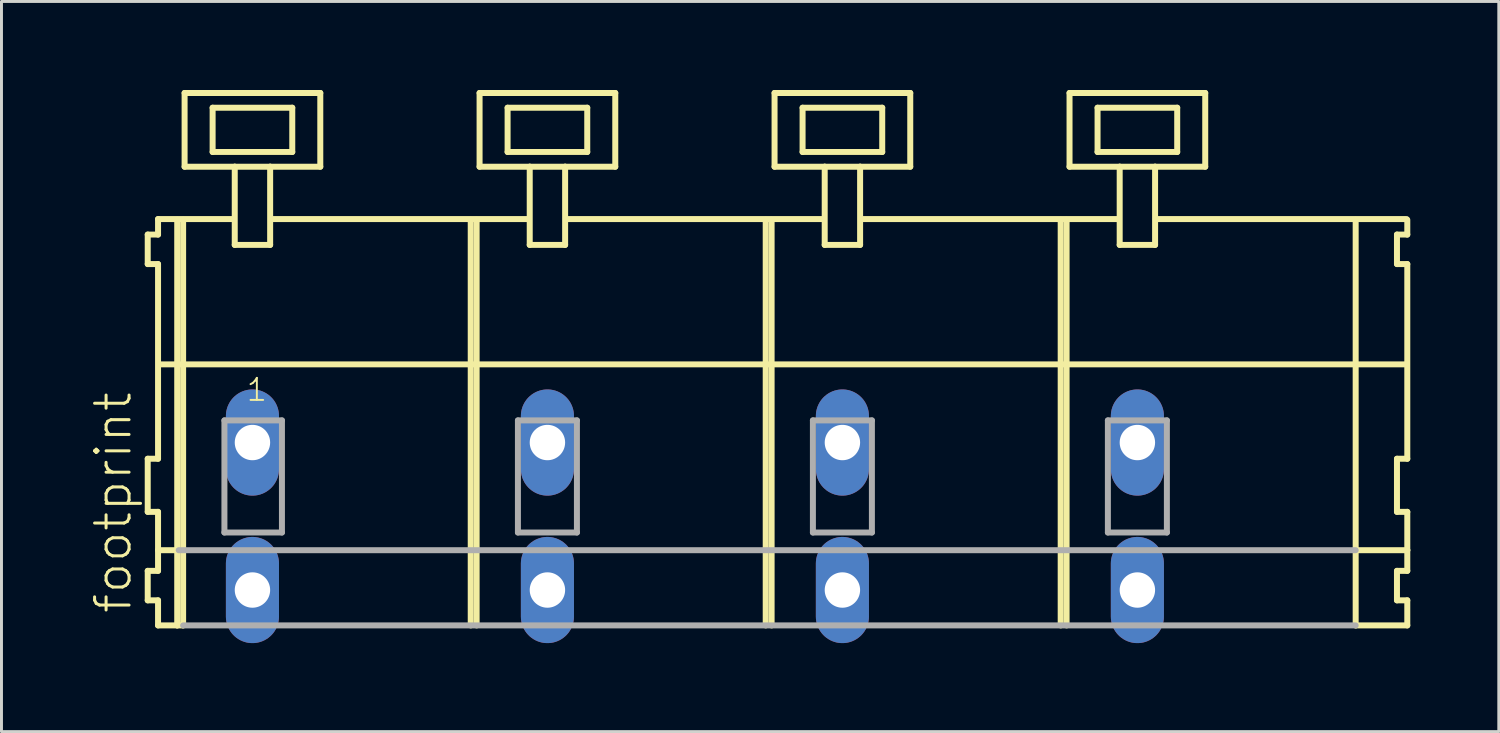
<source format=kicad_pcb>
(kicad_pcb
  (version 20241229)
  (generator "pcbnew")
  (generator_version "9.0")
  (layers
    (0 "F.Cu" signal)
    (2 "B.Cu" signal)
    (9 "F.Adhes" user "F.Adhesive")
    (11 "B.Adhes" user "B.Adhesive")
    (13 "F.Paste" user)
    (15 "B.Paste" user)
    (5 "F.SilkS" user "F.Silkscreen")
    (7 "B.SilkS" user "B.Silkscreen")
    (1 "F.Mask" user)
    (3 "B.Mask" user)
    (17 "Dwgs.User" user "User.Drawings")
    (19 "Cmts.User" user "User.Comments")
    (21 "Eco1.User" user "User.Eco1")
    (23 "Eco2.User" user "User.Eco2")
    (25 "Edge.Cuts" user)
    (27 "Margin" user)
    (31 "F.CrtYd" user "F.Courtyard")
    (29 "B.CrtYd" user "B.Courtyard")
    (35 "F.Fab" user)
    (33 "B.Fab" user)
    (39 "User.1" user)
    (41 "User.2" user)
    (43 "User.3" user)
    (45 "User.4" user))
  (footprint "footprint"
    (layer "F.Cu")
    (at 23.008 11.952)
    (property "Reference" "footprint" (at -21.535 5.855 90) (layer "F.SilkS") (effects (font (size 1.168 1.168) (thickness 0.102)) (justify left bottom)))
    (fp_line (start -21.05 -7.05) (end -21.05 -6.05) (stroke (width 0.203) (type solid)) (layer "F.SilkS"))
    (fp_line (start -21.05 -6.05) (end -20.7 -6.05) (stroke (width 0.203) (type solid)) (layer "F.SilkS"))
    (fp_line (start -21.05 0.55) (end -21.05 2.35) (stroke (width 0.203) (type solid)) (layer "F.SilkS"))
    (fp_line (start -21.05 2.35) (end -20.7 2.35) (stroke (width 0.203) (type solid)) (layer "F.SilkS"))
    (fp_line (start -21.05 4.35) (end -21.05 5.35) (stroke (width 0.203) (type solid)) (layer "F.SilkS"))
    (fp_line (start -21.05 5.35) (end -20.7 5.35) (stroke (width 0.203) (type solid)) (layer "F.SilkS"))
    (fp_line (start -20.7 -7.575) (end -20.7 -7.05) (stroke (width 0.203) (type solid)) (layer "F.SilkS"))
    (fp_line (start -20.7 -7.575) (end -18.125 -7.575) (stroke (width 0.203) (type solid)) (layer "F.SilkS"))
    (fp_line (start -20.7 -7.05) (end -21.05 -7.05) (stroke (width 0.203) (type solid)) (layer "F.SilkS"))
    (fp_line (start -20.7 -6.05) (end -20.7 0.55) (stroke (width 0.203) (type solid)) (layer "F.SilkS"))
    (fp_line (start -20.7 0.55) (end -21.05 0.55) (stroke (width 0.203) (type solid)) (layer "F.SilkS"))
    (fp_line (start -20.7 2.35) (end -20.7 4.35) (stroke (width 0.203) (type solid)) (layer "F.SilkS"))
    (fp_line (start -20.7 3.65) (end -20 3.65) (stroke (width 0.203) (type solid)) (layer "F.SilkS"))
    (fp_line (start -20.7 4.35) (end -21.05 4.35) (stroke (width 0.203) (type solid)) (layer "F.SilkS"))
    (fp_line (start -20.7 5.35) (end -20.7 6.2) (stroke (width 0.203) (type solid)) (layer "F.SilkS"))
    (fp_line (start -20.7 6.2) (end -20.05 6.2) (stroke (width 0.203) (type solid)) (layer "F.SilkS"))
    (fp_line (start -20.65 -2.65) (end 21.6 -2.65) (stroke (width 0.203) (type solid)) (layer "F.SilkS"))
    (fp_line (start -20.05 -7.55) (end -20.05 6.2) (stroke (width 0.203) (type solid)) (layer "F.SilkS"))
    (fp_line (start -20.05 6.2) (end -19.85 6.2) (stroke (width 0.203) (type solid)) (layer "F.SilkS"))
    (fp_line (start -19.85 -7.55) (end -19.85 6.2) (stroke (width 0.203) (type solid)) (layer "F.SilkS"))
    (fp_line (start -19.8 -11.85) (end -19.8 -9.35) (stroke (width 0.203) (type solid)) (layer "F.SilkS"))
    (fp_line (start -19.8 -9.35) (end -18.1 -9.35) (stroke (width 0.203) (type solid)) (layer "F.SilkS"))
    (fp_line (start -18.85 -11.35) (end -18.85 -9.85) (stroke (width 0.203) (type solid)) (layer "F.SilkS"))
    (fp_line (start -18.85 -9.85) (end -16.15 -9.85) (stroke (width 0.203) (type solid)) (layer "F.SilkS"))
    (fp_line (start -18.1 -9.35) (end -18.1 -6.7) (stroke (width 0.203) (type solid)) (layer "F.SilkS"))
    (fp_line (start -18.1 -9.35) (end -16.9 -9.35) (stroke (width 0.203) (type solid)) (layer "F.SilkS"))
    (fp_line (start -18.1 -6.7) (end -16.9 -6.7) (stroke (width 0.203) (type solid)) (layer "F.SilkS"))
    (fp_line (start -16.9 -9.35) (end -15.2 -9.35) (stroke (width 0.203) (type solid)) (layer "F.SilkS"))
    (fp_line (start -16.9 -6.7) (end -16.9 -9.35) (stroke (width 0.203) (type solid)) (layer "F.SilkS"))
    (fp_line (start -16.825 -7.575) (end -8.125 -7.575) (stroke (width 0.203) (type solid)) (layer "F.SilkS"))
    (fp_line (start -16.15 -11.35) (end -18.85 -11.35) (stroke (width 0.203) (type solid)) (layer "F.SilkS"))
    (fp_line (start -16.15 -9.85) (end -16.15 -11.35) (stroke (width 0.203) (type solid)) (layer "F.SilkS"))
    (fp_line (start -15.2 -11.85) (end -19.8 -11.85) (stroke (width 0.203) (type solid)) (layer "F.SilkS"))
    (fp_line (start -15.2 -9.35) (end -15.2 -11.85) (stroke (width 0.203) (type solid)) (layer "F.SilkS"))
    (fp_line (start -10.1 -7.55) (end -10.1 6.2) (stroke (width 0.203) (type solid)) (layer "F.SilkS"))
    (fp_line (start -9.9 -7.55) (end -9.9 6.2) (stroke (width 0.203) (type solid)) (layer "F.SilkS"))
    (fp_line (start -9.8 -11.85) (end -9.8 -9.35) (stroke (width 0.203) (type solid)) (layer "F.SilkS"))
    (fp_line (start -9.8 -9.35) (end -8.1 -9.35) (stroke (width 0.203) (type solid)) (layer "F.SilkS"))
    (fp_line (start -8.85 -11.35) (end -8.85 -9.85) (stroke (width 0.203) (type solid)) (layer "F.SilkS"))
    (fp_line (start -8.85 -9.85) (end -6.15 -9.85) (stroke (width 0.203) (type solid)) (layer "F.SilkS"))
    (fp_line (start -8.1 -9.35) (end -8.1 -6.7) (stroke (width 0.203) (type solid)) (layer "F.SilkS"))
    (fp_line (start -8.1 -9.35) (end -6.9 -9.35) (stroke (width 0.203) (type solid)) (layer "F.SilkS"))
    (fp_line (start -8.1 -6.7) (end -6.9 -6.7) (stroke (width 0.203) (type solid)) (layer "F.SilkS"))
    (fp_line (start -6.9 -9.35) (end -5.2 -9.35) (stroke (width 0.203) (type solid)) (layer "F.SilkS"))
    (fp_line (start -6.9 -6.7) (end -6.9 -9.35) (stroke (width 0.203) (type solid)) (layer "F.SilkS"))
    (fp_line (start -6.825 -7.575) (end 1.875 -7.575) (stroke (width 0.203) (type solid)) (layer "F.SilkS"))
    (fp_line (start -6.15 -11.35) (end -8.85 -11.35) (stroke (width 0.203) (type solid)) (layer "F.SilkS"))
    (fp_line (start -6.15 -9.85) (end -6.15 -11.35) (stroke (width 0.203) (type solid)) (layer "F.SilkS"))
    (fp_line (start -5.2 -11.85) (end -9.8 -11.85) (stroke (width 0.203) (type solid)) (layer "F.SilkS"))
    (fp_line (start -5.2 -9.35) (end -5.2 -11.85) (stroke (width 0.203) (type solid)) (layer "F.SilkS"))
    (fp_line (start -0.1 -7.55) (end -0.1 6.2) (stroke (width 0.203) (type solid)) (layer "F.SilkS"))
    (fp_line (start 0.1 -7.55) (end 0.1 6.2) (stroke (width 0.203) (type solid)) (layer "F.SilkS"))
    (fp_line (start 0.2 -11.85) (end 0.2 -9.35) (stroke (width 0.203) (type solid)) (layer "F.SilkS"))
    (fp_line (start 0.2 -9.35) (end 1.9 -9.35) (stroke (width 0.203) (type solid)) (layer "F.SilkS"))
    (fp_line (start 1.15 -11.35) (end 1.15 -9.85) (stroke (width 0.203) (type solid)) (layer "F.SilkS"))
    (fp_line (start 1.15 -9.85) (end 3.85 -9.85) (stroke (width 0.203) (type solid)) (layer "F.SilkS"))
    (fp_line (start 1.9 -9.35) (end 1.9 -6.7) (stroke (width 0.203) (type solid)) (layer "F.SilkS"))
    (fp_line (start 1.9 -9.35) (end 3.1 -9.35) (stroke (width 0.203) (type solid)) (layer "F.SilkS"))
    (fp_line (start 1.9 -6.7) (end 3.1 -6.7) (stroke (width 0.203) (type solid)) (layer "F.SilkS"))
    (fp_line (start 3.1 -9.35) (end 4.8 -9.35) (stroke (width 0.203) (type solid)) (layer "F.SilkS"))
    (fp_line (start 3.1 -6.7) (end 3.1 -9.35) (stroke (width 0.203) (type solid)) (layer "F.SilkS"))
    (fp_line (start 3.175 -7.575) (end 11.875 -7.575) (stroke (width 0.203) (type solid)) (layer "F.SilkS"))
    (fp_line (start 3.85 -11.35) (end 1.15 -11.35) (stroke (width 0.203) (type solid)) (layer "F.SilkS"))
    (fp_line (start 3.85 -9.85) (end 3.85 -11.35) (stroke (width 0.203) (type solid)) (layer "F.SilkS"))
    (fp_line (start 4.8 -11.85) (end 0.2 -11.85) (stroke (width 0.203) (type solid)) (layer "F.SilkS"))
    (fp_line (start 4.8 -9.35) (end 4.8 -11.85) (stroke (width 0.203) (type solid)) (layer "F.SilkS"))
    (fp_line (start 9.9 -7.55) (end 9.9 6.2) (stroke (width 0.203) (type solid)) (layer "F.SilkS"))
    (fp_line (start 10.1 -7.55) (end 10.1 6.2) (stroke (width 0.203) (type solid)) (layer "F.SilkS"))
    (fp_line (start 10.2 -11.85) (end 10.2 -9.35) (stroke (width 0.203) (type solid)) (layer "F.SilkS"))
    (fp_line (start 10.2 -9.35) (end 11.9 -9.35) (stroke (width 0.203) (type solid)) (layer "F.SilkS"))
    (fp_line (start 11.15 -11.35) (end 11.15 -9.85) (stroke (width 0.203) (type solid)) (layer "F.SilkS"))
    (fp_line (start 11.15 -9.85) (end 13.85 -9.85) (stroke (width 0.203) (type solid)) (layer "F.SilkS"))
    (fp_line (start 11.9 -9.35) (end 11.9 -6.7) (stroke (width 0.203) (type solid)) (layer "F.SilkS"))
    (fp_line (start 11.9 -9.35) (end 13.1 -9.35) (stroke (width 0.203) (type solid)) (layer "F.SilkS"))
    (fp_line (start 11.9 -6.7) (end 13.1 -6.7) (stroke (width 0.203) (type solid)) (layer "F.SilkS"))
    (fp_line (start 13.1 -9.35) (end 14.8 -9.35) (stroke (width 0.203) (type solid)) (layer "F.SilkS"))
    (fp_line (start 13.1 -6.7) (end 13.1 -9.35) (stroke (width 0.203) (type solid)) (layer "F.SilkS"))
    (fp_line (start 13.125 -7.575) (end 21.625 -7.575) (stroke (width 0.203) (type solid)) (layer "F.SilkS"))
    (fp_line (start 13.85 -11.35) (end 11.15 -11.35) (stroke (width 0.203) (type solid)) (layer "F.SilkS"))
    (fp_line (start 13.85 -9.85) (end 13.85 -11.35) (stroke (width 0.203) (type solid)) (layer "F.SilkS"))
    (fp_line (start 14.8 -11.85) (end 10.2 -11.85) (stroke (width 0.203) (type solid)) (layer "F.SilkS"))
    (fp_line (start 14.8 -9.35) (end 14.8 -11.85) (stroke (width 0.203) (type solid)) (layer "F.SilkS"))
    (fp_line (start 19.9 -7.55) (end 19.9 6.2) (stroke (width 0.203) (type solid)) (layer "F.SilkS"))
    (fp_line (start 19.9 6.2) (end 21.65 6.2) (stroke (width 0.203) (type solid)) (layer "F.SilkS"))
    (fp_line (start 19.95 3.65) (end 21.65 3.65) (stroke (width 0.203) (type solid)) (layer "F.SilkS"))
    (fp_line (start 21.3 -7.05) (end 21.3 -6.05) (stroke (width 0.203) (type solid)) (layer "F.SilkS"))
    (fp_line (start 21.3 -6.05) (end 21.65 -6.05) (stroke (width 0.203) (type solid)) (layer "F.SilkS"))
    (fp_line (start 21.3 0.55) (end 21.3 2.35) (stroke (width 0.203) (type solid)) (layer "F.SilkS"))
    (fp_line (start 21.3 2.35) (end 21.65 2.35) (stroke (width 0.203) (type solid)) (layer "F.SilkS"))
    (fp_line (start 21.3 4.35) (end 21.3 5.35) (stroke (width 0.203) (type solid)) (layer "F.SilkS"))
    (fp_line (start 21.3 5.35) (end 21.65 5.35) (stroke (width 0.203) (type solid)) (layer "F.SilkS"))
    (fp_line (start 21.65 -7.05) (end 21.3 -7.05) (stroke (width 0.203) (type solid)) (layer "F.SilkS"))
    (fp_line (start 21.65 -7.05) (end 21.65 -7.55) (stroke (width 0.203) (type solid)) (layer "F.SilkS"))
    (fp_line (start 21.65 0.55) (end 21.3 0.55) (stroke (width 0.203) (type solid)) (layer "F.SilkS"))
    (fp_line (start 21.65 0.55) (end 21.65 -6.05) (stroke (width 0.203) (type solid)) (layer "F.SilkS"))
    (fp_line (start 21.65 3.65) (end 21.65 2.35) (stroke (width 0.203) (type solid)) (layer "F.SilkS"))
    (fp_line (start 21.65 4.35) (end 21.3 4.35) (stroke (width 0.203) (type solid)) (layer "F.SilkS"))
    (fp_line (start 21.65 4.35) (end 21.65 3.65) (stroke (width 0.203) (type solid)) (layer "F.SilkS"))
    (fp_line (start 21.65 6.2) (end 21.65 5.35) (stroke (width 0.203) (type solid)) (layer "F.SilkS"))
    (fp_line (start -20 3.65) (end 19.9 3.65) (stroke (width 0.203) (type solid)) (layer "F.Fab"))
    (fp_line (start -19.85 6.2) (end 19.9 6.2) (stroke (width 0.203) (type solid)) (layer "F.Fab"))
    (fp_line (start -18.45 -0.75) (end -18.45 3.05) (stroke (width 0.203) (type solid)) (layer "F.Fab"))
    (fp_line (start -18.45 3.05) (end -16.5 3.05) (stroke (width 0.203) (type solid)) (layer "F.Fab"))
    (fp_line (start -16.5 -0.75) (end -18.45 -0.75) (stroke (width 0.203) (type solid)) (layer "F.Fab"))
    (fp_line (start -16.5 3.05) (end -16.5 -0.75) (stroke (width 0.203) (type solid)) (layer "F.Fab"))
    (fp_line (start -8.5 -0.75) (end -8.5 3.05) (stroke (width 0.203) (type solid)) (layer "F.Fab"))
    (fp_line (start -8.5 3.05) (end -6.5 3.05) (stroke (width 0.203) (type solid)) (layer "F.Fab"))
    (fp_line (start -6.5 -0.75) (end -8.5 -0.75) (stroke (width 0.203) (type solid)) (layer "F.Fab"))
    (fp_line (start -6.5 3.05) (end -6.5 -0.75) (stroke (width 0.203) (type solid)) (layer "F.Fab"))
    (fp_line (start 1.5 -0.75) (end 1.5 3.05) (stroke (width 0.203) (type solid)) (layer "F.Fab"))
    (fp_line (start 1.5 3.05) (end 3.5 3.05) (stroke (width 0.203) (type solid)) (layer "F.Fab"))
    (fp_line (start 3.5 -0.75) (end 1.5 -0.75) (stroke (width 0.203) (type solid)) (layer "F.Fab"))
    (fp_line (start 3.5 3.05) (end 3.5 -0.75) (stroke (width 0.203) (type solid)) (layer "F.Fab"))
    (fp_line (start 11.5 -0.75) (end 11.5 3.05) (stroke (width 0.203) (type solid)) (layer "F.Fab"))
    (fp_line (start 11.5 3.05) (end 13.5 3.05) (stroke (width 0.203) (type solid)) (layer "F.Fab"))
    (fp_line (start 13.5 -0.75) (end 11.5 -0.75) (stroke (width 0.203) (type solid)) (layer "F.Fab"))
    (fp_line (start 13.5 3.05) (end 13.5 -0.75) (stroke (width 0.203) (type solid)) (layer "F.Fab"))
    (fp_text user "1" (at -17.75 -1.35 0) (layer "F.SilkS") (effects (font (size 0.748 0.748) (thickness 0.065)) (justify left bottom)))
    (pad "A1" thru_hole oval (at -17.5 0 90) (size 3.6 1.8) (drill 1.2) (layers "*.Cu" "*.Mask"))
    (pad "A2" thru_hole oval (at -7.5 0 90) (size 3.6 1.8) (drill 1.2) (layers "*.Cu" "*.Mask"))
    (pad "A3" thru_hole oval (at 2.5 0 90) (size 3.6 1.8) (drill 1.2) (layers "*.Cu" "*.Mask"))
    (pad "A4" thru_hole oval (at 12.5 0 90) (size 3.6 1.8) (drill 1.2) (layers "*.Cu" "*.Mask"))
    (pad "B1" thru_hole oval (at -17.5 5 90) (size 3.6 1.8) (drill 1.2) (layers "*.Cu" "*.Mask"))
    (pad "B2" thru_hole oval (at -7.5 5 90) (size 3.6 1.8) (drill 1.2) (layers "*.Cu" "*.Mask"))
    (pad "B3" thru_hole oval (at 2.5 5 90) (size 3.6 1.8) (drill 1.2) (layers "*.Cu" "*.Mask"))
    (pad "B4" thru_hole oval (at 12.5 5 90) (size 3.6 1.8) (drill 1.2) (layers "*.Cu" "*.Mask")))
  (gr_rect
    (start -3 -3)
    (end 47.76 21.752)
    (stroke (width 0.1) (type default))
    (fill no)
    (layer "Edge.Cuts")))
</source>
